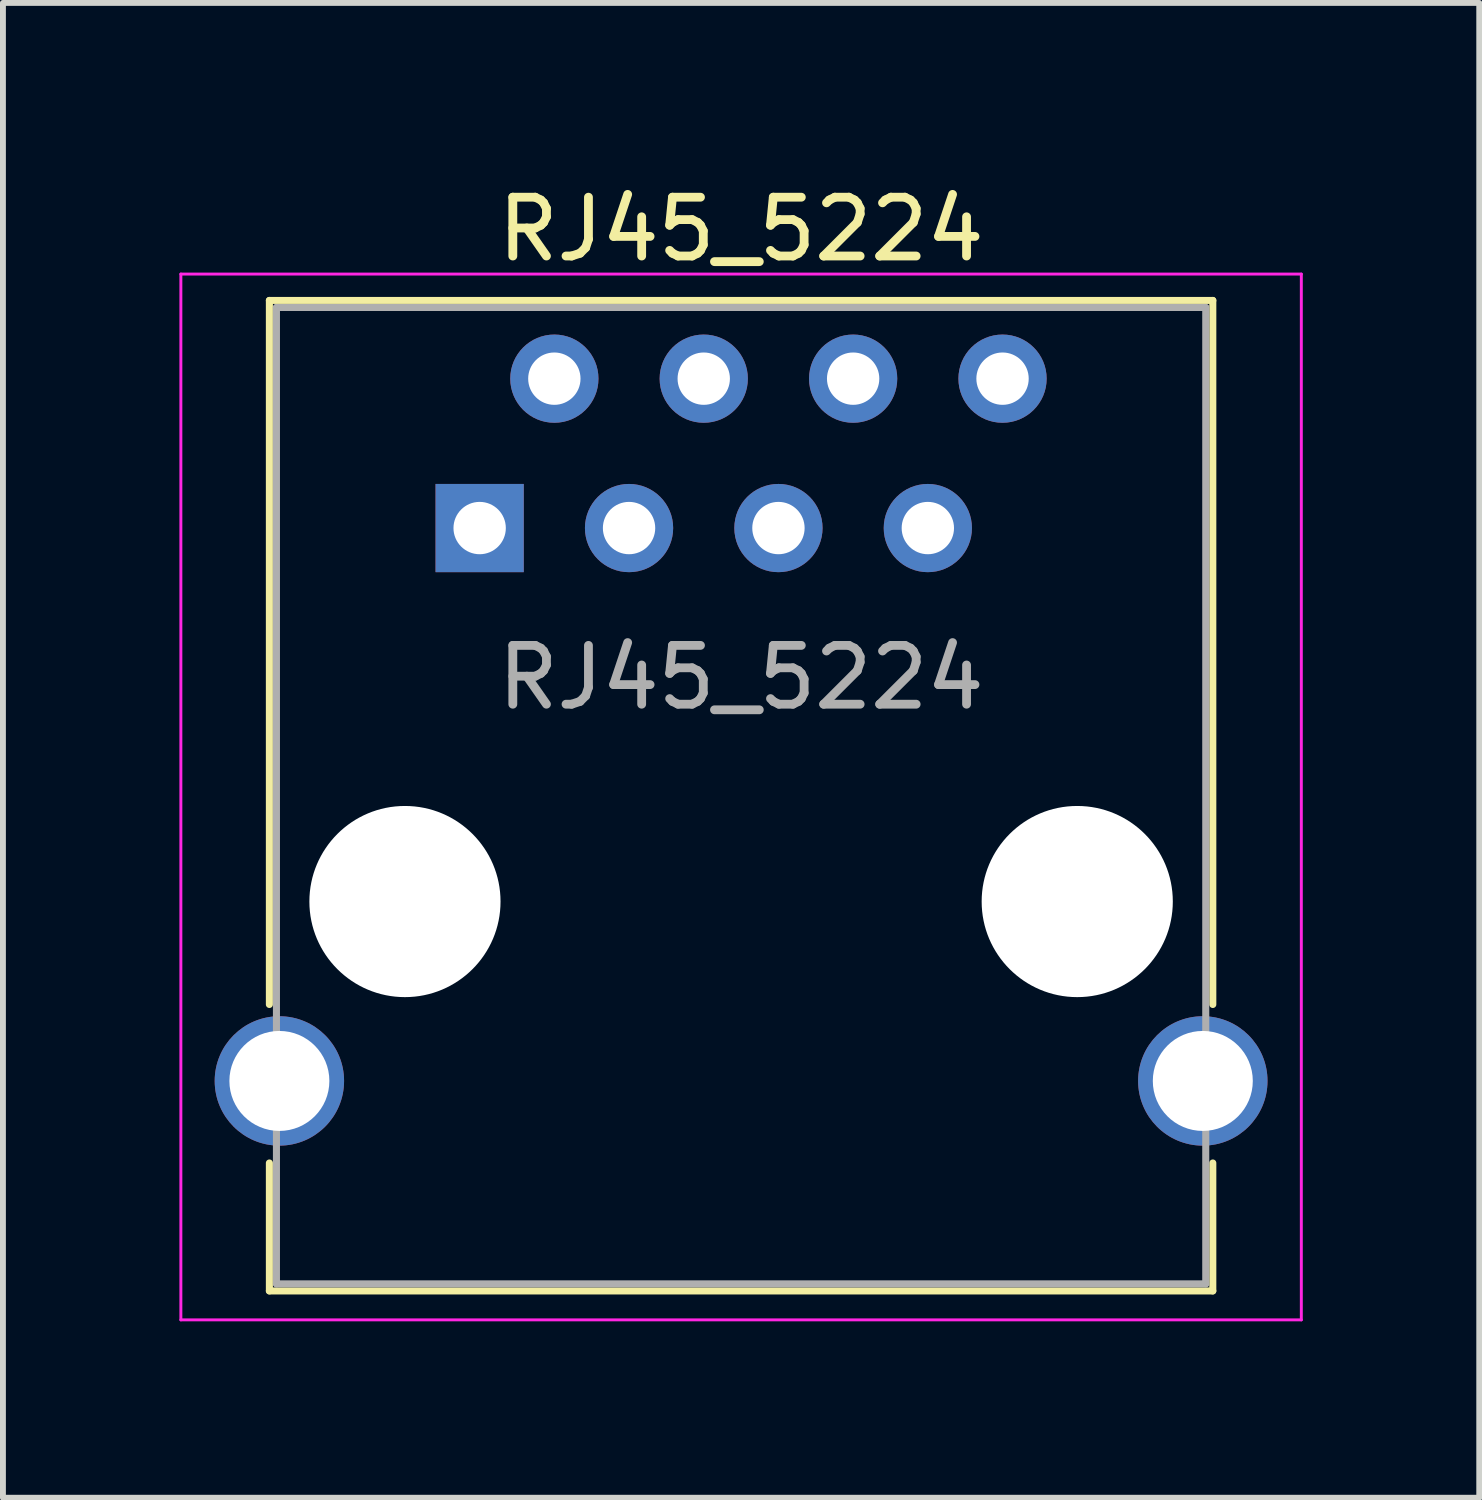
<source format=kicad_pcb>
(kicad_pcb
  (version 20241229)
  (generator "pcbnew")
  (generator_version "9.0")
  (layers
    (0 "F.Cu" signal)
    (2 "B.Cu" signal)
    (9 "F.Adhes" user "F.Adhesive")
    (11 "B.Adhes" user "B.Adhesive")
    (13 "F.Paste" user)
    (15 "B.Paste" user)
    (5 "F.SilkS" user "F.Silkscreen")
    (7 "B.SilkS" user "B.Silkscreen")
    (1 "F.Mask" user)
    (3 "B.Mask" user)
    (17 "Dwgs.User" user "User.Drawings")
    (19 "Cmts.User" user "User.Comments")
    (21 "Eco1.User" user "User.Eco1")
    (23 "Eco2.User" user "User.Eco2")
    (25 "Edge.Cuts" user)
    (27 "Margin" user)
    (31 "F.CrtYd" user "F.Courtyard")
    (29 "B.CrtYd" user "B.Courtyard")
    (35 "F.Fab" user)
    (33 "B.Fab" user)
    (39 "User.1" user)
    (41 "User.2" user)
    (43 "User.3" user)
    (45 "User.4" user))
  (footprint "RJ45_5224"
    (layer "F.Cu")
    (at 5.105 5.928)
    (property "Reference" "RJ45_5224" (at 4.445 -5.08 0) (layer "F.SilkS") (effects (font (size 1 1) (thickness 0.15))))
    (attr through_hole)
    (fp_line (start -3.575 -3.87) (end 12.465 -3.87) (stroke (width 0.12) (type solid)) (layer "F.SilkS"))
    (fp_line (start -3.575 8.1) (end -3.575 -3.87) (stroke (width 0.12) (type solid)) (layer "F.SilkS"))
    (fp_line (start -3.575 12.97) (end -3.575 10.795) (stroke (width 0.12) (type solid)) (layer "F.SilkS"))
    (fp_line (start -3.575 12.97) (end 12.465 12.97) (stroke (width 0.12) (type solid)) (layer "F.SilkS"))
    (fp_line (start 12.465 -3.87) (end 12.465 8.1) (stroke (width 0.12) (type solid)) (layer "F.SilkS"))
    (fp_line (start 12.465 12.97) (end 12.465 10.795) (stroke (width 0.12) (type solid)) (layer "F.SilkS"))
    (fp_line (start -5.08 -4.318) (end 13.97 -4.318) (stroke (width 0.05) (type solid)) (layer "F.CrtYd"))
    (fp_line (start -5.08 13.462) (end -5.08 -4.318) (stroke (width 0.05) (type solid)) (layer "F.CrtYd"))
    (fp_line (start 13.97 -4.318) (end 13.97 13.462) (stroke (width 0.05) (type solid)) (layer "F.CrtYd"))
    (fp_line (start 13.97 13.462) (end -5.08 13.462) (stroke (width 0.05) (type solid)) (layer "F.CrtYd"))
    (fp_line (start -3.455 -3.75) (end 12.345 -3.75) (stroke (width 0.12) (type solid)) (layer "F.Fab"))
    (fp_line (start -3.455 12.85) (end -3.455 -3.75) (stroke (width 0.12) (type solid)) (layer "F.Fab"))
    (fp_line (start 12.345 -3.75) (end 12.345 12.85) (stroke (width 0.12) (type solid)) (layer "F.Fab"))
    (fp_line (start 12.345 12.85) (end -3.455 12.85) (stroke (width 0.12) (type solid)) (layer "F.Fab"))
    (fp_text user "${REFERENCE}" (at 4.445 2.54 0) (layer "F.Fab") (effects (font (size 1 1) (thickness 0.15))))
    (pad "" np_thru_hole circle (at -1.27 6.35) (size 3.25 3.25) (drill 3.25) (layers "*.Cu" "*.Mask"))
    (pad "" np_thru_hole circle (at 10.16 6.35) (size 3.25 3.25) (drill 3.25) (layers "*.Cu" "*.Mask"))
    (pad "1" thru_hole rect (at 0 0) (size 1.5 1.5) (drill 0.89) (layers "*.Cu" "*.Mask"))
    (pad "2" thru_hole circle (at 1.27 -2.54) (size 1.5 1.5) (drill 0.89) (layers "*.Cu" "*.Mask"))
    (pad "3" thru_hole circle (at 2.54 0) (size 1.5 1.5) (drill 0.89) (layers "*.Cu" "*.Mask"))
    (pad "4" thru_hole circle (at 3.81 -2.54) (size 1.5 1.5) (drill 0.89) (layers "*.Cu" "*.Mask"))
    (pad "5" thru_hole circle (at 5.08 0) (size 1.5 1.5) (drill 0.89) (layers "*.Cu" "*.Mask"))
    (pad "6" thru_hole circle (at 6.35 -2.54) (size 1.5 1.5) (drill 0.89) (layers "*.Cu" "*.Mask"))
    (pad "7" thru_hole circle (at 7.62 0) (size 1.5 1.5) (drill 0.89) (layers "*.Cu" "*.Mask"))
    (pad "8" thru_hole circle (at 8.89 -2.54) (size 1.5 1.5) (drill 0.89) (layers "*.Cu" "*.Mask"))
    (pad "SH" thru_hole circle (at -3.405 9.4) (size 2.2 2.2) (drill 1.7) (layers "*.Cu" "*.Mask"))
    (pad "SH" thru_hole circle (at 12.295 9.4) (size 2.2 2.2) (drill 1.7) (layers "*.Cu" "*.Mask")))
  (gr_rect
    (start -3 -3)
    (end 22.1 22.415)
    (stroke (width 0.1) (type default))
    (fill no)
    (layer "Edge.Cuts")))
</source>
